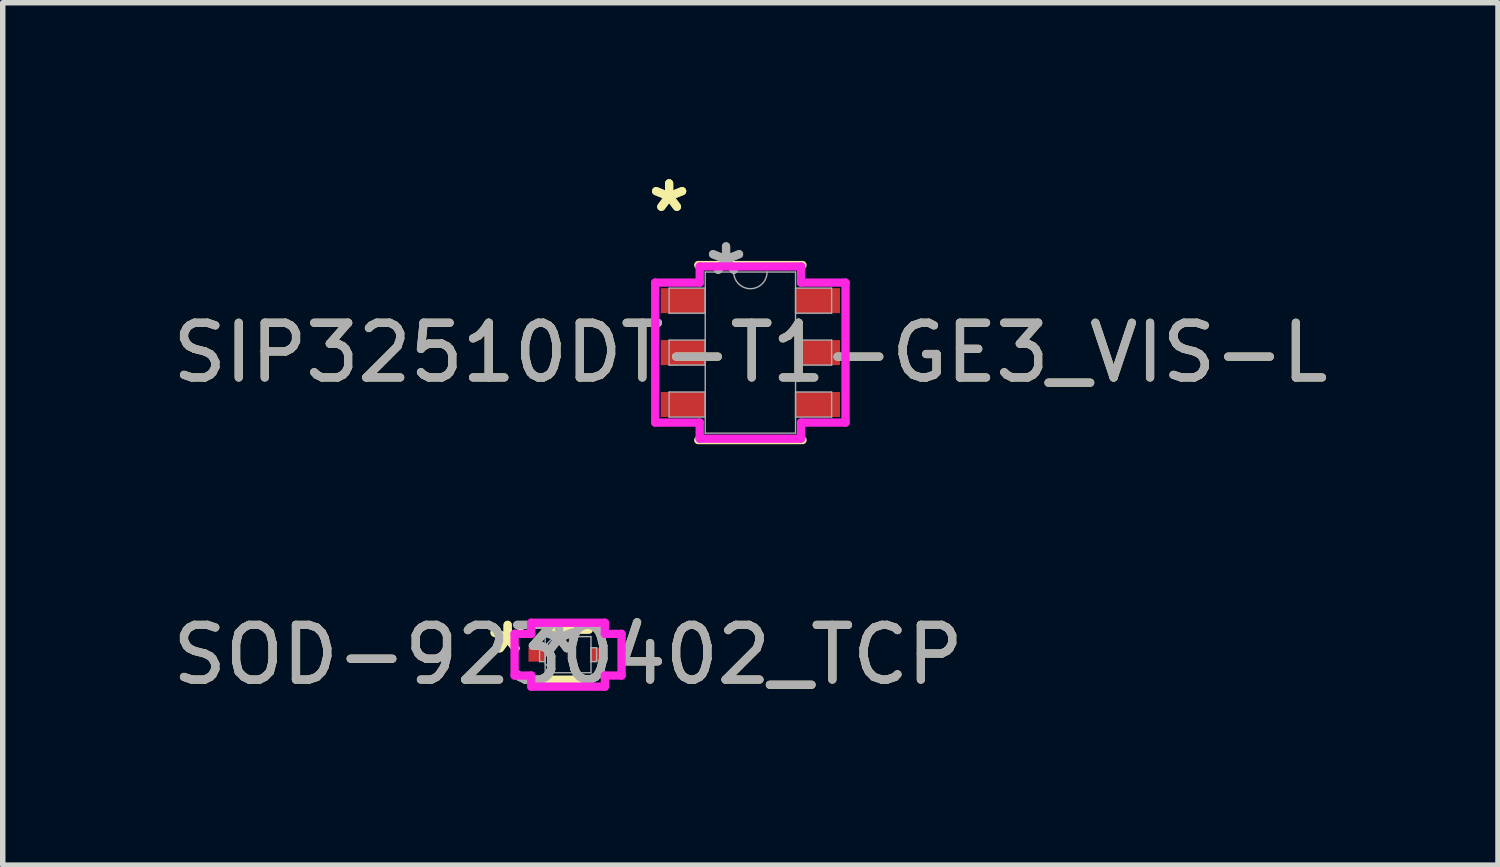
<source format=kicad_pcb>
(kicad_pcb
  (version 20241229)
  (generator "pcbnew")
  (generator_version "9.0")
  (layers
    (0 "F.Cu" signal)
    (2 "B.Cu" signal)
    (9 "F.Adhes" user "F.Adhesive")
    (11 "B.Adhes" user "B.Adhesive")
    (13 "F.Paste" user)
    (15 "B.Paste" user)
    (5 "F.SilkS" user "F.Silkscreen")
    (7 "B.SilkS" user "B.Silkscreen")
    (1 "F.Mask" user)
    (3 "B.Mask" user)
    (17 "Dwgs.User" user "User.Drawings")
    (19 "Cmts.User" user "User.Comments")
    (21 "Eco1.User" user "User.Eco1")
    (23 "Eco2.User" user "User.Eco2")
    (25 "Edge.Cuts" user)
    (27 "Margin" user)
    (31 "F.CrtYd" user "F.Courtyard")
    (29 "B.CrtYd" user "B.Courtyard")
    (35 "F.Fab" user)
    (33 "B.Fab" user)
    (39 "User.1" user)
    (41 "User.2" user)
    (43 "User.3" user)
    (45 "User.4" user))
  (footprint "SIP32510DT-T1-GE3_VIS-L"
    (layer "F.Cu")
    (at 10.673 3.398)
    (property "Reference" "SIP32510DT-T1-GE3_VIS-L" (at 0 0 0) (unlocked yes) (layer "F.SilkS") (effects (font (size 1 1) (thickness 0.15))))
    (attr smd)
    (fp_line (start -0.953 1.6) (end 0.953 1.6) (stroke (width 0.152) (type solid)) (layer "F.SilkS"))
    (fp_line (start 0.953 -1.6) (end -0.953 -1.6) (stroke (width 0.152) (type solid)) (layer "F.SilkS"))
    (fp_line (start -1.74 -1.28) (end -0.927 -1.28) (stroke (width 0.152) (type solid)) (layer "F.CrtYd"))
    (fp_line (start -1.74 1.28) (end -1.74 -1.28) (stroke (width 0.152) (type solid)) (layer "F.CrtYd"))
    (fp_line (start -1.74 1.28) (end -0.927 1.28) (stroke (width 0.152) (type solid)) (layer "F.CrtYd"))
    (fp_line (start -0.927 -1.575) (end 0.927 -1.575) (stroke (width 0.152) (type solid)) (layer "F.CrtYd"))
    (fp_line (start -0.927 -1.28) (end -0.927 -1.575) (stroke (width 0.152) (type solid)) (layer "F.CrtYd"))
    (fp_line (start -0.927 1.575) (end -0.927 1.28) (stroke (width 0.152) (type solid)) (layer "F.CrtYd"))
    (fp_line (start 0.927 -1.575) (end 0.927 -1.28) (stroke (width 0.152) (type solid)) (layer "F.CrtYd"))
    (fp_line (start 0.927 1.28) (end 0.927 1.575) (stroke (width 0.152) (type solid)) (layer "F.CrtYd"))
    (fp_line (start 0.927 1.575) (end -0.927 1.575) (stroke (width 0.152) (type solid)) (layer "F.CrtYd"))
    (fp_line (start 1.74 -1.28) (end 0.927 -1.28) (stroke (width 0.152) (type solid)) (layer "F.CrtYd"))
    (fp_line (start 1.74 -1.28) (end 1.74 1.28) (stroke (width 0.152) (type solid)) (layer "F.CrtYd"))
    (fp_line (start 1.74 1.28) (end 0.927 1.28) (stroke (width 0.152) (type solid)) (layer "F.CrtYd"))
    (fp_line (start -1.486 -1.179) (end -1.486 -0.721) (stroke (width 0.025) (type solid)) (layer "F.Fab"))
    (fp_line (start -1.486 -0.721) (end -0.826 -0.721) (stroke (width 0.025) (type solid)) (layer "F.Fab"))
    (fp_line (start -1.486 -0.229) (end -1.486 0.229) (stroke (width 0.025) (type solid)) (layer "F.Fab"))
    (fp_line (start -1.486 0.229) (end -0.826 0.229) (stroke (width 0.025) (type solid)) (layer "F.Fab"))
    (fp_line (start -1.486 0.721) (end -1.486 1.179) (stroke (width 0.025) (type solid)) (layer "F.Fab"))
    (fp_line (start -1.486 1.179) (end -0.826 1.179) (stroke (width 0.025) (type solid)) (layer "F.Fab"))
    (fp_line (start -0.826 -1.473) (end -0.826 1.473) (stroke (width 0.025) (type solid)) (layer "F.Fab"))
    (fp_line (start -0.826 -1.179) (end -1.486 -1.179) (stroke (width 0.025) (type solid)) (layer "F.Fab"))
    (fp_line (start -0.826 -0.721) (end -0.826 -1.179) (stroke (width 0.025) (type solid)) (layer "F.Fab"))
    (fp_line (start -0.826 -0.229) (end -1.486 -0.229) (stroke (width 0.025) (type solid)) (layer "F.Fab"))
    (fp_line (start -0.826 0.229) (end -0.826 -0.229) (stroke (width 0.025) (type solid)) (layer "F.Fab"))
    (fp_line (start -0.826 0.721) (end -1.486 0.721) (stroke (width 0.025) (type solid)) (layer "F.Fab"))
    (fp_line (start -0.826 1.179) (end -0.826 0.721) (stroke (width 0.025) (type solid)) (layer "F.Fab"))
    (fp_line (start -0.826 1.473) (end 0.826 1.473) (stroke (width 0.025) (type solid)) (layer "F.Fab"))
    (fp_line (start 0.826 -1.473) (end -0.826 -1.473) (stroke (width 0.025) (type solid)) (layer "F.Fab"))
    (fp_line (start 0.826 -1.179) (end 0.826 -0.721) (stroke (width 0.025) (type solid)) (layer "F.Fab"))
    (fp_line (start 0.826 -0.721) (end 1.486 -0.721) (stroke (width 0.025) (type solid)) (layer "F.Fab"))
    (fp_line (start 0.826 -0.229) (end 0.826 0.229) (stroke (width 0.025) (type solid)) (layer "F.Fab"))
    (fp_line (start 0.826 0.229) (end 1.486 0.229) (stroke (width 0.025) (type solid)) (layer "F.Fab"))
    (fp_line (start 0.826 0.721) (end 0.826 1.179) (stroke (width 0.025) (type solid)) (layer "F.Fab"))
    (fp_line (start 0.826 1.179) (end 1.486 1.179) (stroke (width 0.025) (type solid)) (layer "F.Fab"))
    (fp_line (start 0.826 1.473) (end 0.826 -1.473) (stroke (width 0.025) (type solid)) (layer "F.Fab"))
    (fp_line (start 1.486 -1.179) (end 0.826 -1.179) (stroke (width 0.025) (type solid)) (layer "F.Fab"))
    (fp_line (start 1.486 -0.721) (end 1.486 -1.179) (stroke (width 0.025) (type solid)) (layer "F.Fab"))
    (fp_line (start 1.486 -0.229) (end 0.826 -0.229) (stroke (width 0.025) (type solid)) (layer "F.Fab"))
    (fp_line (start 1.486 0.229) (end 1.486 -0.229) (stroke (width 0.025) (type solid)) (layer "F.Fab"))
    (fp_line (start 1.486 0.721) (end 0.826 0.721) (stroke (width 0.025) (type solid)) (layer "F.Fab"))
    (fp_line (start 1.486 1.179) (end 1.486 0.721) (stroke (width 0.025) (type solid)) (layer "F.Fab"))
    (fp_arc (start 0.3048 -1.4732) (mid 0 -1.1684) (end -0.3048 -1.4732) (stroke (width 0.0254) (type solid)) (layer "F.Fab"))
    (fp_text user "*" (at -1.486 -2.55 0) (layer "F.SilkS") (effects (font (size 1 1) (thickness 0.15))))
    (fp_text user "*" (at -1.486 -2.55 0) (unlocked yes) (layer "F.SilkS") (effects (font (size 1 1) (thickness 0.15))))
    (fp_text user "${REFERENCE}" (at 0 0 0) (unlocked yes) (layer "F.Fab") (effects (font (size 1 1) (thickness 0.15))))
    (fp_text user "*" (at -0.445 -1.397 0) (layer "F.Fab") (effects (font (size 1 1) (thickness 0.15))))
    (fp_text user "*" (at -0.445 -1.397 0) (unlocked yes) (layer "F.Fab") (effects (font (size 1 1) (thickness 0.15))))
    (pad "1" smd rect (at -1.232 -0.95) (size 0.813 0.457) (layers "F.Cu" "F.Mask" "F.Paste"))
    (pad "2" smd rect (at -1.232 0) (size 0.813 0.457) (layers "F.Cu" "F.Mask" "F.Paste"))
    (pad "3" smd rect (at -1.232 0.95) (size 0.813 0.457) (layers "F.Cu" "F.Mask" "F.Paste"))
    (pad "4" smd rect (at 1.232 0.95) (size 0.813 0.457) (layers "F.Cu" "F.Mask" "F.Paste"))
    (pad "5" smd rect (at 1.232 0) (size 0.813 0.457) (layers "F.Cu" "F.Mask" "F.Paste"))
    (pad "6" smd rect (at 1.232 -0.95) (size 0.813 0.457) (layers "F.Cu" "F.Mask" "F.Paste")))
  (footprint "SOD-9230402_TCP"
    (layer "F.Cu")
    (at 7.339 8.923)
    (property "Reference" "SOD-9230402_TCP" (at 0 0 0) (unlocked yes) (layer "F.SilkS") (effects (font (size 1 1) (thickness 0.15))))
    (attr smd)
    (fp_line (start -0.378 0.457) (end 0.378 0.457) (stroke (width 0.152) (type solid)) (layer "F.SilkS"))
    (fp_line (start 0.378 -0.457) (end -0.378 -0.457) (stroke (width 0.152) (type solid)) (layer "F.SilkS"))
    (fp_line (start -0.978 -0.381) (end -0.673 -0.381) (stroke (width 0.152) (type solid)) (layer "F.CrtYd"))
    (fp_line (start -0.978 0.381) (end -0.978 -0.381) (stroke (width 0.152) (type solid)) (layer "F.CrtYd"))
    (fp_line (start -0.673 -0.584) (end 0.673 -0.584) (stroke (width 0.152) (type solid)) (layer "F.CrtYd"))
    (fp_line (start -0.673 -0.381) (end -0.673 -0.584) (stroke (width 0.152) (type solid)) (layer "F.CrtYd"))
    (fp_line (start -0.673 0.381) (end -0.978 0.381) (stroke (width 0.152) (type solid)) (layer "F.CrtYd"))
    (fp_line (start -0.673 0.584) (end -0.673 0.381) (stroke (width 0.152) (type solid)) (layer "F.CrtYd"))
    (fp_line (start 0.673 -0.584) (end 0.673 -0.381) (stroke (width 0.152) (type solid)) (layer "F.CrtYd"))
    (fp_line (start 0.673 -0.381) (end 0.978 -0.381) (stroke (width 0.152) (type solid)) (layer "F.CrtYd"))
    (fp_line (start 0.673 0.381) (end 0.673 0.584) (stroke (width 0.152) (type solid)) (layer "F.CrtYd"))
    (fp_line (start 0.673 0.584) (end -0.673 0.584) (stroke (width 0.152) (type solid)) (layer "F.CrtYd"))
    (fp_line (start 0.978 -0.381) (end 0.978 0.381) (stroke (width 0.152) (type solid)) (layer "F.CrtYd"))
    (fp_line (start 0.978 0.381) (end 0.673 0.381) (stroke (width 0.152) (type solid)) (layer "F.CrtYd"))
    (fp_line (start -0.521 -0.127) (end -0.521 0.127) (stroke (width 0.025) (type solid)) (layer "F.Fab"))
    (fp_line (start -0.521 0.127) (end -0.419 0.127) (stroke (width 0.025) (type solid)) (layer "F.Fab"))
    (fp_line (start -0.419 -0.33) (end -0.419 0.33) (stroke (width 0.025) (type solid)) (layer "F.Fab"))
    (fp_line (start -0.419 -0.165) (end -0.254 -0.33) (stroke (width 0.025) (type solid)) (layer "F.Fab"))
    (fp_line (start -0.419 -0.127) (end -0.521 -0.127) (stroke (width 0.025) (type solid)) (layer "F.Fab"))
    (fp_line (start -0.419 0.127) (end -0.419 -0.127) (stroke (width 0.025) (type solid)) (layer "F.Fab"))
    (fp_line (start -0.419 0.165) (end -0.254 0.33) (stroke (width 0.025) (type solid)) (layer "F.Fab"))
    (fp_line (start -0.419 0.33) (end 0.419 0.33) (stroke (width 0.025) (type solid)) (layer "F.Fab"))
    (fp_line (start 0.419 -0.33) (end -0.419 -0.33) (stroke (width 0.025) (type solid)) (layer "F.Fab"))
    (fp_line (start 0.419 -0.127) (end 0.419 0.127) (stroke (width 0.025) (type solid)) (layer "F.Fab"))
    (fp_line (start 0.419 0.127) (end 0.521 0.127) (stroke (width 0.025) (type solid)) (layer "F.Fab"))
    (fp_line (start 0.419 0.33) (end 0.419 -0.33) (stroke (width 0.025) (type solid)) (layer "F.Fab"))
    (fp_line (start 0.521 -0.127) (end 0.419 -0.127) (stroke (width 0.025) (type solid)) (layer "F.Fab"))
    (fp_line (start 0.521 0.127) (end 0.521 -0.127) (stroke (width 0.025) (type solid)) (layer "F.Fab"))
    (fp_text user "*" (at -1.105 0 0) (unlocked yes) (layer "F.SilkS") (effects (font (size 1 1) (thickness 0.15))))
    (fp_text user "*" (at -1.105 0 0) (layer "F.SilkS") (effects (font (size 1 1) (thickness 0.15))))
    (fp_text user "${REFERENCE}" (at 0 0 0) (unlocked yes) (layer "F.Fab") (effects (font (size 1 1) (thickness 0.15))))
    (fp_text user "*" (at -0.165 0 0) (layer "F.Fab") (effects (font (size 1 1) (thickness 0.15))))
    (fp_text user "*" (at -0.165 0 0) (unlocked yes) (layer "F.Fab") (effects (font (size 1 1) (thickness 0.15))))
    (pad "1" smd rect (at -0.572 0) (size 0.305 0.254) (layers "F.Cu" "F.Mask" "F.Paste"))
    (pad "2" smd rect (at 0.572 0) (size 0.305 0.254) (layers "F.Cu" "F.Mask" "F.Paste"))
    (zone (net_name "") (layer "F.Cu") (hatch full 0.508) (connect_pads) (min_thickness 0.254) (filled_areas_thickness no) (keepout (tracks not_allowed) (vias not_allowed) (pads allowed) (copperpour not_allowed) (footprints allowed)) (placement (enabled no)) (fill) (polygon (pts (xy 6.971 8.644) (xy 7.708 8.644) (xy 7.708 9.203) (xy 6.971 9.203)))))
  (gr_rect
    (start -3 -3)
    (end 24.345 12.771)
    (stroke (width 0.1) (type default))
    (fill no)
    (layer "Edge.Cuts")))
</source>
